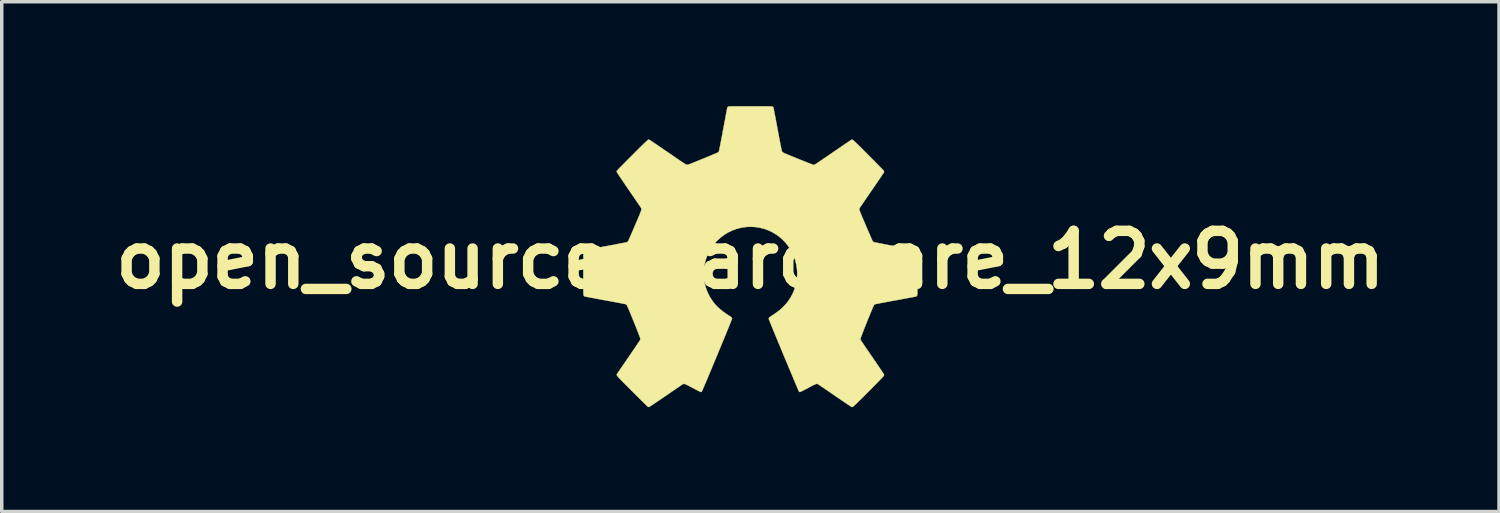
<source format=kicad_pcb>
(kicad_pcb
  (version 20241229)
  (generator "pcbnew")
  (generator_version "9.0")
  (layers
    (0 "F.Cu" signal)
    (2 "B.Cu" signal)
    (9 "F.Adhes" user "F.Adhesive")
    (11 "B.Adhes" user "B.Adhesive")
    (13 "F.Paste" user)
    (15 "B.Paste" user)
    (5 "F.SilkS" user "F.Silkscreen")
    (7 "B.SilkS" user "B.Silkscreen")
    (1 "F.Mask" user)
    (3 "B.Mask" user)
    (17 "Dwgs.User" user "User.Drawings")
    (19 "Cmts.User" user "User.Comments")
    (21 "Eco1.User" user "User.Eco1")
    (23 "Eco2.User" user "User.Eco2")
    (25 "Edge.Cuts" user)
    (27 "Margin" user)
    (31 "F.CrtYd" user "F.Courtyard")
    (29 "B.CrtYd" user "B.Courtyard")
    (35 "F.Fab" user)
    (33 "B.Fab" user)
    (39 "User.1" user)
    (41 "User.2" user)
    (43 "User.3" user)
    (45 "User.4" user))
  (footprint "open_source_hardware_12x9mm"
    (layer "F.Cu")
    (at 18.513 4.418)
    (property "Reference" "open_source_hardware_12x9mm" (at 0 0 0) (layer "F.SilkS") (effects (font (size 1.524 1.524) (thickness 0.3))))
    (attr through_hole)
    (fp_poly (pts (xy 0.278 -4.413) (xy 0.349 -4.413) (xy 0.41 -4.413) (xy 0.463 -4.412) (xy 0.507 -4.412) (xy 0.543 -4.411) (xy 0.573 -4.41) (xy 0.597 -4.409) (xy 0.615 -4.407) (xy 0.629 -4.405) (xy 0.639 -4.403) (xy 0.646 -4.4) (xy 0.651 -4.396) (xy 0.655 -4.392) (xy 0.657 -4.388) (xy 0.66 -4.383) (xy 0.66 -4.381) (xy 0.662 -4.374) (xy 0.667 -4.354) (xy 0.673 -4.324) (xy 0.681 -4.284) (xy 0.69 -4.235) (xy 0.701 -4.177) (xy 0.714 -4.113) (xy 0.727 -4.042) (xy 0.742 -3.965) (xy 0.757 -3.884) (xy 0.773 -3.799) (xy 0.781 -3.755) (xy 0.799 -3.66) (xy 0.815 -3.571) (xy 0.831 -3.487) (xy 0.846 -3.41) (xy 0.859 -3.341) (xy 0.872 -3.279) (xy 0.882 -3.227) (xy 0.891 -3.184) (xy 0.898 -3.151) (xy 0.903 -3.129) (xy 0.906 -3.119) (xy 0.906 -3.119) (xy 0.918 -3.101) (xy 0.932 -3.087) (xy 0.933 -3.087) (xy 0.943 -3.082) (xy 0.964 -3.072) (xy 0.993 -3.059) (xy 1.031 -3.043) (xy 1.076 -3.024) (xy 1.127 -3.003) (xy 1.183 -2.98) (xy 1.242 -2.956) (xy 1.303 -2.931) (xy 1.366 -2.905) (xy 1.429 -2.88) (xy 1.491 -2.855) (xy 1.551 -2.831) (xy 1.607 -2.809) (xy 1.659 -2.788) (xy 1.706 -2.77) (xy 1.745 -2.755) (xy 1.777 -2.743) (xy 1.8 -2.735) (xy 1.812 -2.731) (xy 1.814 -2.73) (xy 1.834 -2.732) (xy 1.849 -2.736) (xy 1.857 -2.741) (xy 1.874 -2.752) (xy 1.9 -2.769) (xy 1.934 -2.792) (xy 1.976 -2.82) (xy 2.024 -2.853) (xy 2.079 -2.89) (xy 2.138 -2.931) (xy 2.203 -2.975) (xy 2.271 -3.021) (xy 2.343 -3.07) (xy 2.375 -3.093) (xy 2.448 -3.142) (xy 2.517 -3.19) (xy 2.584 -3.235) (xy 2.645 -3.278) (xy 2.702 -3.317) (xy 2.754 -3.351) (xy 2.798 -3.382) (xy 2.836 -3.407) (xy 2.865 -3.427) (xy 2.886 -3.441) (xy 2.898 -3.449) (xy 2.9 -3.45) (xy 2.906 -3.452) (xy 2.912 -3.454) (xy 2.918 -3.455) (xy 2.925 -3.454) (xy 2.933 -3.451) (xy 2.943 -3.445) (xy 2.956 -3.436) (xy 2.972 -3.423) (xy 2.991 -3.406) (xy 3.015 -3.385) (xy 3.043 -3.358) (xy 3.077 -3.326) (xy 3.116 -3.287) (xy 3.162 -3.242) (xy 3.215 -3.189) (xy 3.275 -3.129) (xy 3.343 -3.061) (xy 3.395 -3.008) (xy 3.476 -2.927) (xy 3.548 -2.855) (xy 3.611 -2.791) (xy 3.666 -2.735) (xy 3.713 -2.687) (xy 3.752 -2.647) (xy 3.784 -2.614) (xy 3.808 -2.588) (xy 3.825 -2.569) (xy 3.835 -2.556) (xy 3.839 -2.55) (xy 3.841 -2.531) (xy 3.838 -2.517) (xy 3.834 -2.509) (xy 3.823 -2.492) (xy 3.805 -2.466) (xy 3.782 -2.432) (xy 3.754 -2.39) (xy 3.721 -2.342) (xy 3.684 -2.288) (xy 3.644 -2.228) (xy 3.6 -2.164) (xy 3.554 -2.096) (xy 3.505 -2.025) (xy 3.489 -2.002) (xy 3.44 -1.931) (xy 3.393 -1.862) (xy 3.348 -1.796) (xy 3.306 -1.735) (xy 3.268 -1.679) (xy 3.233 -1.628) (xy 3.204 -1.584) (xy 3.179 -1.548) (xy 3.159 -1.519) (xy 3.146 -1.499) (xy 3.139 -1.488) (xy 3.139 -1.487) (xy 3.136 -1.479) (xy 3.133 -1.471) (xy 3.132 -1.463) (xy 3.132 -1.452) (xy 3.134 -1.439) (xy 3.139 -1.423) (xy 3.145 -1.402) (xy 3.154 -1.377) (xy 3.167 -1.345) (xy 3.182 -1.306) (xy 3.201 -1.26) (xy 3.224 -1.206) (xy 3.251 -1.142) (xy 3.283 -1.068) (xy 3.315 -0.993) (xy 3.345 -0.922) (xy 3.374 -0.855) (xy 3.402 -0.792) (xy 3.427 -0.734) (xy 3.45 -0.681) (xy 3.47 -0.636) (xy 3.486 -0.598) (xy 3.499 -0.57) (xy 3.508 -0.551) (xy 3.512 -0.543) (xy 3.525 -0.526) (xy 3.541 -0.513) (xy 3.551 -0.51) (xy 3.572 -0.505) (xy 3.604 -0.498) (xy 3.648 -0.489) (xy 3.702 -0.478) (xy 3.765 -0.466) (xy 3.838 -0.452) (xy 3.919 -0.436) (xy 4.009 -0.42) (xy 4.106 -0.402) (xy 4.147 -0.394) (xy 4.232 -0.378) (xy 4.313 -0.363) (xy 4.391 -0.348) (xy 4.463 -0.335) (xy 4.53 -0.322) (xy 4.59 -0.311) (xy 4.642 -0.301) (xy 4.685 -0.293) (xy 4.718 -0.286) (xy 4.742 -0.281) (xy 4.753 -0.279) (xy 4.754 -0.279) (xy 4.773 -0.269) (xy 4.788 -0.256) (xy 4.79 -0.253) (xy 4.792 -0.249) (xy 4.793 -0.245) (xy 4.795 -0.238) (xy 4.796 -0.228) (xy 4.797 -0.214) (xy 4.798 -0.197) (xy 4.799 -0.174) (xy 4.799 -0.145) (xy 4.8 -0.109) (xy 4.8 -0.066) (xy 4.8 -0.015) (xy 4.8 0.045) (xy 4.801 0.115) (xy 4.801 0.196) (xy 4.801 0.287) (xy 4.801 0.383) (xy 4.801 0.486) (xy 4.801 0.577) (xy 4.8 0.657) (xy 4.8 0.726) (xy 4.8 0.786) (xy 4.8 0.837) (xy 4.8 0.879) (xy 4.799 0.915) (xy 4.798 0.943) (xy 4.798 0.966) (xy 4.797 0.984) (xy 4.796 0.998) (xy 4.795 1.008) (xy 4.793 1.015) (xy 4.791 1.02) (xy 4.79 1.024) (xy 4.788 1.027) (xy 4.777 1.041) (xy 4.766 1.05) (xy 4.765 1.05) (xy 4.755 1.052) (xy 4.735 1.056) (xy 4.707 1.062) (xy 4.672 1.069) (xy 4.632 1.076) (xy 4.616 1.079) (xy 4.577 1.086) (xy 4.528 1.096) (xy 4.471 1.106) (xy 4.41 1.117) (xy 4.347 1.129) (xy 4.284 1.141) (xy 4.242 1.149) (xy 4.176 1.161) (xy 4.104 1.174) (xy 4.029 1.188) (xy 3.954 1.202) (xy 3.883 1.216) (xy 3.819 1.227) (xy 3.794 1.232) (xy 3.744 1.241) (xy 3.698 1.25) (xy 3.656 1.259) (xy 3.622 1.265) (xy 3.596 1.271) (xy 3.58 1.275) (xy 3.575 1.276) (xy 3.564 1.285) (xy 3.551 1.297) (xy 3.547 1.305) (xy 3.538 1.324) (xy 3.525 1.353) (xy 3.509 1.39) (xy 3.491 1.435) (xy 3.469 1.486) (xy 3.446 1.542) (xy 3.422 1.603) (xy 3.396 1.666) (xy 3.369 1.731) (xy 3.343 1.797) (xy 3.316 1.863) (xy 3.291 1.928) (xy 3.266 1.99) (xy 3.243 2.049) (xy 3.222 2.102) (xy 3.204 2.151) (xy 3.188 2.192) (xy 3.176 2.225) (xy 3.167 2.249) (xy 3.163 2.264) (xy 3.162 2.266) (xy 3.164 2.286) (xy 3.168 2.3) (xy 3.172 2.308) (xy 3.183 2.325) (xy 3.201 2.351) (xy 3.224 2.385) (xy 3.252 2.426) (xy 3.284 2.475) (xy 3.321 2.529) (xy 3.361 2.588) (xy 3.405 2.652) (xy 3.451 2.719) (xy 3.499 2.789) (xy 3.503 2.794) (xy 3.551 2.865) (xy 3.597 2.932) (xy 3.641 2.996) (xy 3.681 3.056) (xy 3.718 3.11) (xy 3.751 3.159) (xy 3.78 3.202) (xy 3.803 3.236) (xy 3.821 3.263) (xy 3.832 3.281) (xy 3.837 3.29) (xy 3.838 3.29) (xy 3.841 3.308) (xy 3.839 3.325) (xy 3.834 3.332) (xy 3.821 3.347) (xy 3.8 3.37) (xy 3.772 3.399) (xy 3.738 3.435) (xy 3.699 3.475) (xy 3.655 3.52) (xy 3.608 3.568) (xy 3.557 3.62) (xy 3.505 3.673) (xy 3.45 3.728) (xy 3.395 3.783) (xy 3.34 3.839) (xy 3.286 3.893) (xy 3.233 3.946) (xy 3.182 3.996) (xy 3.134 4.043) (xy 3.09 4.086) (xy 3.051 4.125) (xy 3.017 4.158) (xy 2.988 4.184) (xy 2.967 4.204) (xy 2.953 4.217) (xy 2.948 4.22) (xy 2.928 4.226) (xy 2.911 4.226) (xy 2.903 4.222) (xy 2.886 4.211) (xy 2.86 4.194) (xy 2.826 4.172) (xy 2.784 4.144) (xy 2.736 4.112) (xy 2.682 4.075) (xy 2.623 4.035) (xy 2.56 3.992) (xy 2.493 3.947) (xy 2.428 3.902) (xy 2.358 3.854) (xy 2.292 3.808) (xy 2.228 3.765) (xy 2.169 3.725) (xy 2.116 3.688) (xy 2.068 3.655) (xy 2.026 3.627) (xy 1.992 3.604) (xy 1.966 3.587) (xy 1.949 3.576) (xy 1.942 3.572) (xy 1.932 3.567) (xy 1.922 3.563) (xy 1.911 3.562) (xy 1.897 3.564) (xy 1.881 3.568) (xy 1.86 3.577) (xy 1.833 3.589) (xy 1.8 3.605) (xy 1.759 3.626) (xy 1.709 3.652) (xy 1.658 3.68) (xy 1.609 3.706) (xy 1.563 3.73) (xy 1.522 3.751) (xy 1.486 3.769) (xy 1.457 3.783) (xy 1.437 3.793) (xy 1.426 3.797) (xy 1.425 3.797) (xy 1.409 3.793) (xy 1.398 3.786) (xy 1.395 3.78) (xy 1.387 3.762) (xy 1.374 3.734) (xy 1.358 3.696) (xy 1.338 3.65) (xy 1.315 3.595) (xy 1.289 3.533) (xy 1.26 3.465) (xy 1.229 3.39) (xy 1.195 3.311) (xy 1.16 3.226) (xy 1.123 3.138) (xy 1.085 3.047) (xy 1.046 2.954) (xy 1.006 2.859) (xy 0.966 2.763) (xy 0.926 2.667) (xy 0.887 2.571) (xy 0.848 2.477) (xy 0.809 2.385) (xy 0.772 2.295) (xy 0.737 2.209) (xy 0.703 2.128) (xy 0.671 2.051) (xy 0.642 1.979) (xy 0.615 1.914) (xy 0.592 1.857) (xy 0.571 1.807) (xy 0.555 1.765) (xy 0.542 1.733) (xy 0.533 1.711) (xy 0.529 1.699) (xy 0.529 1.698) (xy 0.529 1.679) (xy 0.54 1.66) (xy 0.56 1.64) (xy 0.592 1.618) (xy 0.602 1.612) (xy 0.623 1.599) (xy 0.644 1.586) (xy 0.667 1.57) (xy 0.695 1.551) (xy 0.727 1.528) (xy 0.766 1.499) (xy 0.813 1.464) (xy 0.826 1.455) (xy 0.859 1.428) (xy 0.898 1.393) (xy 0.939 1.353) (xy 0.981 1.31) (xy 1.02 1.268) (xy 1.055 1.227) (xy 1.075 1.202) (xy 1.147 1.094) (xy 1.209 0.982) (xy 1.26 0.864) (xy 1.299 0.743) (xy 1.326 0.618) (xy 1.342 0.492) (xy 1.345 0.365) (xy 1.339 0.269) (xy 1.321 0.141) (xy 1.291 0.018) (xy 1.251 -0.101) (xy 1.2 -0.213) (xy 1.14 -0.319) (xy 1.071 -0.419) (xy 0.994 -0.511) (xy 0.91 -0.596) (xy 0.818 -0.674) (xy 0.72 -0.742) (xy 0.616 -0.802) (xy 0.508 -0.852) (xy 0.394 -0.893) (xy 0.277 -0.923) (xy 0.156 -0.943) (xy 0.032 -0.951) (xy -0.093 -0.948) (xy -0.221 -0.933) (xy -0.267 -0.924) (xy -0.394 -0.892) (xy -0.515 -0.848) (xy -0.631 -0.793) (xy -0.742 -0.727) (xy -0.846 -0.65) (xy -0.944 -0.561) (xy -0.95 -0.556) (xy -1.036 -0.462) (xy -1.11 -0.364) (xy -1.174 -0.261) (xy -1.229 -0.151) (xy -1.273 -0.035) (xy -1.309 0.09) (xy -1.332 0.216) (xy -1.343 0.342) (xy -1.342 0.469) (xy -1.329 0.594) (xy -1.304 0.717) (xy -1.267 0.839) (xy -1.219 0.956) (xy -1.16 1.07) (xy -1.089 1.179) (xy -1.021 1.267) (xy -0.956 1.338) (xy -0.878 1.409) (xy -0.788 1.482) (xy -0.686 1.555) (xy -0.621 1.598) (xy -0.586 1.621) (xy -0.56 1.639) (xy -0.543 1.654) (xy -0.533 1.666) (xy -0.528 1.678) (xy -0.527 1.687) (xy -0.529 1.695) (xy -0.536 1.714) (xy -0.548 1.743) (xy -0.563 1.782) (xy -0.582 1.83) (xy -0.605 1.885) (xy -0.63 1.948) (xy -0.658 2.018) (xy -0.689 2.093) (xy -0.722 2.174) (xy -0.757 2.259) (xy -0.794 2.347) (xy -0.832 2.439) (xy -0.87 2.533) (xy -0.91 2.628) (xy -0.95 2.725) (xy -0.99 2.821) (xy -1.03 2.917) (xy -1.069 3.011) (xy -1.107 3.104) (xy -1.145 3.193) (xy -1.181 3.279) (xy -1.215 3.361) (xy -1.247 3.438) (xy -1.277 3.509) (xy -1.305 3.573) (xy -1.329 3.631) (xy -1.35 3.68) (xy -1.368 3.721) (xy -1.382 3.753) (xy -1.392 3.774) (xy -1.397 3.785) (xy -1.398 3.786) (xy -1.412 3.795) (xy -1.424 3.797) (xy -1.432 3.794) (xy -1.45 3.786) (xy -1.477 3.773) (xy -1.511 3.756) (xy -1.551 3.735) (xy -1.596 3.712) (xy -1.644 3.686) (xy -1.657 3.68) (xy -1.716 3.648) (xy -1.765 3.622) (xy -1.805 3.602) (xy -1.838 3.586) (xy -1.864 3.574) (xy -1.885 3.567) (xy -1.902 3.563) (xy -1.916 3.563) (xy -1.928 3.565) (xy -1.939 3.57) (xy -1.951 3.577) (xy -1.958 3.582) (xy -1.968 3.588) (xy -1.987 3.601) (xy -2.015 3.62) (xy -2.052 3.645) (xy -2.095 3.674) (xy -2.145 3.708) (xy -2.2 3.746) (xy -2.26 3.787) (xy -2.324 3.831) (xy -2.391 3.877) (xy -2.441 3.912) (xy -2.51 3.959) (xy -2.576 4.004) (xy -2.639 4.046) (xy -2.697 4.085) (xy -2.749 4.121) (xy -2.796 4.152) (xy -2.836 4.178) (xy -2.869 4.199) (xy -2.893 4.215) (xy -2.908 4.224) (xy -2.913 4.226) (xy -2.93 4.226) (xy -2.943 4.223) (xy -2.949 4.218) (xy -2.964 4.204) (xy -2.986 4.183) (xy -3.015 4.154) (xy -3.051 4.119) (xy -3.093 4.078) (xy -3.14 4.032) (xy -3.191 3.981) (xy -3.246 3.926) (xy -3.305 3.868) (xy -3.366 3.807) (xy -3.396 3.777) (xy -3.47 3.702) (xy -3.537 3.636) (xy -3.595 3.578) (xy -3.645 3.527) (xy -3.689 3.483) (xy -3.726 3.445) (xy -3.757 3.412) (xy -3.782 3.385) (xy -3.802 3.362) (xy -3.817 3.344) (xy -3.829 3.328) (xy -3.836 3.316) (xy -3.84 3.305) (xy -3.841 3.297) (xy -3.84 3.289) (xy -3.836 3.282) (xy -3.832 3.275) (xy -3.826 3.267) (xy -3.821 3.261) (xy -3.814 3.251) (xy -3.801 3.231) (xy -3.781 3.203) (xy -3.756 3.166) (xy -3.727 3.123) (xy -3.692 3.073) (xy -3.654 3.017) (xy -3.613 2.957) (xy -3.569 2.893) (xy -3.523 2.826) (xy -3.487 2.774) (xy -3.44 2.705) (xy -3.396 2.64) (xy -3.353 2.578) (xy -3.314 2.52) (xy -3.278 2.467) (xy -3.246 2.42) (xy -3.219 2.38) (xy -3.198 2.347) (xy -3.182 2.323) (xy -3.172 2.307) (xy -3.169 2.302) (xy -3.164 2.283) (xy -3.162 2.265) (xy -3.165 2.255) (xy -3.171 2.234) (xy -3.182 2.204) (xy -3.197 2.165) (xy -3.214 2.119) (xy -3.234 2.067) (xy -3.257 2.01) (xy -3.281 1.949) (xy -3.306 1.885) (xy -3.333 1.819) (xy -3.36 1.753) (xy -3.386 1.687) (xy -3.413 1.623) (xy -3.438 1.561) (xy -3.462 1.503) (xy -3.484 1.45) (xy -3.504 1.402) (xy -3.522 1.362) (xy -3.536 1.33) (xy -3.546 1.308) (xy -3.553 1.296) (xy -3.554 1.294) (xy -3.559 1.289) (xy -3.565 1.284) (xy -3.571 1.28) (xy -3.58 1.276) (xy -3.593 1.272) (xy -3.61 1.267) (xy -3.634 1.262) (xy -3.665 1.256) (xy -3.704 1.248) (xy -3.753 1.239) (xy -3.812 1.228) (xy -3.839 1.223) (xy -3.885 1.214) (xy -3.939 1.204) (xy -3.998 1.193) (xy -4.063 1.181) (xy -4.131 1.169) (xy -4.2 1.156) (xy -4.271 1.143) (xy -4.341 1.13) (xy -4.409 1.117) (xy -4.473 1.105) (xy -4.533 1.094) (xy -4.586 1.084) (xy -4.633 1.075) (xy -4.67 1.068) (xy -4.698 1.063) (xy -4.712 1.061) (xy -4.735 1.056) (xy -4.756 1.05) (xy -4.764 1.047) (xy -4.77 1.045) (xy -4.775 1.042) (xy -4.78 1.04) (xy -4.784 1.035) (xy -4.787 1.029) (xy -4.79 1.019) (xy -4.793 1.006) (xy -4.795 0.989) (xy -4.797 0.966) (xy -4.798 0.938) (xy -4.799 0.903) (xy -4.8 0.861) (xy -4.8 0.81) (xy -4.8 0.751) (xy -4.801 0.682) (xy -4.801 0.603) (xy -4.801 0.513) (xy -4.801 0.41) (xy -4.801 0.388) (xy -4.801 0.285) (xy -4.8 0.189) (xy -4.8 0.102) (xy -4.8 0.023) (xy -4.799 -0.047) (xy -4.799 -0.107) (xy -4.798 -0.157) (xy -4.797 -0.196) (xy -4.796 -0.224) (xy -4.795 -0.24) (xy -4.795 -0.244) (xy -4.784 -0.26) (xy -4.773 -0.27) (xy -4.765 -0.272) (xy -4.744 -0.277) (xy -4.713 -0.284) (xy -4.67 -0.293) (xy -4.618 -0.303) (xy -4.557 -0.315) (xy -4.486 -0.329) (xy -4.408 -0.344) (xy -4.323 -0.36) (xy -4.23 -0.378) (xy -4.16 -0.391) (xy -4.074 -0.407) (xy -3.991 -0.422) (xy -3.913 -0.437) (xy -3.84 -0.451) (xy -3.773 -0.464) (xy -3.712 -0.476) (xy -3.66 -0.486) (xy -3.616 -0.495) (xy -3.581 -0.502) (xy -3.557 -0.508) (xy -3.545 -0.511) (xy -3.543 -0.511) (xy -3.526 -0.523) (xy -3.513 -0.538) (xy -3.509 -0.547) (xy -3.5 -0.566) (xy -3.487 -0.595) (xy -3.47 -0.633) (xy -3.45 -0.679) (xy -3.427 -0.731) (xy -3.401 -0.79) (xy -3.374 -0.853) (xy -3.345 -0.921) (xy -3.316 -0.988) (xy -3.28 -1.073) (xy -3.248 -1.147) (xy -3.221 -1.211) (xy -3.198 -1.265) (xy -3.179 -1.311) (xy -3.164 -1.35) (xy -3.152 -1.382) (xy -3.143 -1.408) (xy -3.136 -1.429) (xy -3.133 -1.446) (xy -3.131 -1.46) (xy -3.132 -1.471) (xy -3.134 -1.48) (xy -3.138 -1.489) (xy -3.143 -1.497) (xy -3.149 -1.505) (xy -3.155 -1.515) (xy -3.168 -1.534) (xy -3.187 -1.562) (xy -3.211 -1.598) (xy -3.241 -1.641) (xy -3.275 -1.691) (xy -3.313 -1.747) (xy -3.354 -1.807) (xy -3.399 -1.872) (xy -3.446 -1.94) (xy -3.494 -2.011) (xy -3.501 -2.021) (xy -3.55 -2.092) (xy -3.596 -2.16) (xy -3.64 -2.225) (xy -3.681 -2.286) (xy -3.719 -2.341) (xy -3.752 -2.391) (xy -3.78 -2.434) (xy -3.804 -2.47) (xy -3.822 -2.498) (xy -3.834 -2.517) (xy -3.839 -2.526) (xy -3.839 -2.527) (xy -3.839 -2.547) (xy -3.833 -2.563) (xy -3.827 -2.57) (xy -3.813 -2.585) (xy -3.791 -2.608) (xy -3.762 -2.638) (xy -3.727 -2.675) (xy -3.685 -2.717) (xy -3.639 -2.764) (xy -3.588 -2.816) (xy -3.533 -2.871) (xy -3.474 -2.93) (xy -3.413 -2.991) (xy -3.39 -3.014) (xy -3.31 -3.094) (xy -3.239 -3.165) (xy -3.176 -3.227) (xy -3.121 -3.281) (xy -3.074 -3.327) (xy -3.034 -3.365) (xy -3.002 -3.396) (xy -2.976 -3.42) (xy -2.957 -3.437) (xy -2.944 -3.448) (xy -2.937 -3.452) (xy -2.937 -3.452) (xy -2.918 -3.453) (xy -2.902 -3.45) (xy -2.895 -3.446) (xy -2.877 -3.434) (xy -2.851 -3.417) (xy -2.817 -3.394) (xy -2.775 -3.366) (xy -2.726 -3.333) (xy -2.671 -3.296) (xy -2.611 -3.255) (xy -2.546 -3.211) (xy -2.478 -3.164) (xy -2.406 -3.115) (xy -2.369 -3.089) (xy -2.283 -3.031) (xy -2.207 -2.979) (xy -2.141 -2.933) (xy -2.083 -2.893) (xy -2.033 -2.859) (xy -1.99 -2.83) (xy -1.953 -2.806) (xy -1.923 -2.786) (xy -1.898 -2.77) (xy -1.878 -2.758) (xy -1.862 -2.748) (xy -1.849 -2.741) (xy -1.84 -2.737) (xy -1.832 -2.734) (xy -1.826 -2.732) (xy -1.823 -2.732) (xy -1.817 -2.732) (xy -1.809 -2.733) (xy -1.799 -2.735) (xy -1.786 -2.738) (xy -1.769 -2.744) (xy -1.748 -2.751) (xy -1.72 -2.762) (xy -1.687 -2.775) (xy -1.646 -2.791) (xy -1.597 -2.81) (xy -1.539 -2.834) (xy -1.472 -2.862) (xy -1.393 -2.894) (xy -1.365 -2.905) (xy -1.295 -2.934) (xy -1.228 -2.961) (xy -1.165 -2.988) (xy -1.108 -3.012) (xy -1.056 -3.033) (xy -1.012 -3.052) (xy -0.976 -3.068) (xy -0.949 -3.08) (xy -0.931 -3.088) (xy -0.925 -3.091) (xy -0.913 -3.105) (xy -0.904 -3.119) (xy -0.902 -3.128) (xy -0.897 -3.148) (xy -0.891 -3.179) (xy -0.882 -3.22) (xy -0.872 -3.27) (xy -0.861 -3.328) (xy -0.848 -3.393) (xy -0.835 -3.464) (xy -0.82 -3.541) (xy -0.805 -3.623) (xy -0.789 -3.708) (xy -0.781 -3.751) (xy -0.765 -3.838) (xy -0.749 -3.921) (xy -0.734 -4) (xy -0.72 -4.074) (xy -0.708 -4.142) (xy -0.696 -4.203) (xy -0.686 -4.256) (xy -0.678 -4.301) (xy -0.671 -4.336) (xy -0.666 -4.361) (xy -0.664 -4.374) (xy -0.663 -4.377) (xy -0.656 -4.388) (xy -0.643 -4.4) (xy -0.64 -4.403) (xy -0.637 -4.404) (xy -0.632 -4.406) (xy -0.625 -4.407) (xy -0.616 -4.409) (xy -0.602 -4.41) (xy -0.585 -4.411) (xy -0.562 -4.411) (xy -0.533 -4.412) (xy -0.498 -4.412) (xy -0.455 -4.413) (xy -0.404 -4.413) (xy -0.345 -4.413) (xy -0.275 -4.413) (xy -0.195 -4.413) (xy -0.104 -4.413) (xy -0.002 -4.413) (xy -0.001 -4.413) (xy 0.104 -4.413) (xy 0.197 -4.413) (xy 0.278 -4.413)) (stroke (width 0.01) (type solid)) (fill yes) (layer "F.SilkS")))
  (gr_rect
    (start -3 -3)
    (end 40.026 11.65)
    (stroke (width 0.1) (type default))
    (fill no)
    (layer "Edge.Cuts")))
</source>
